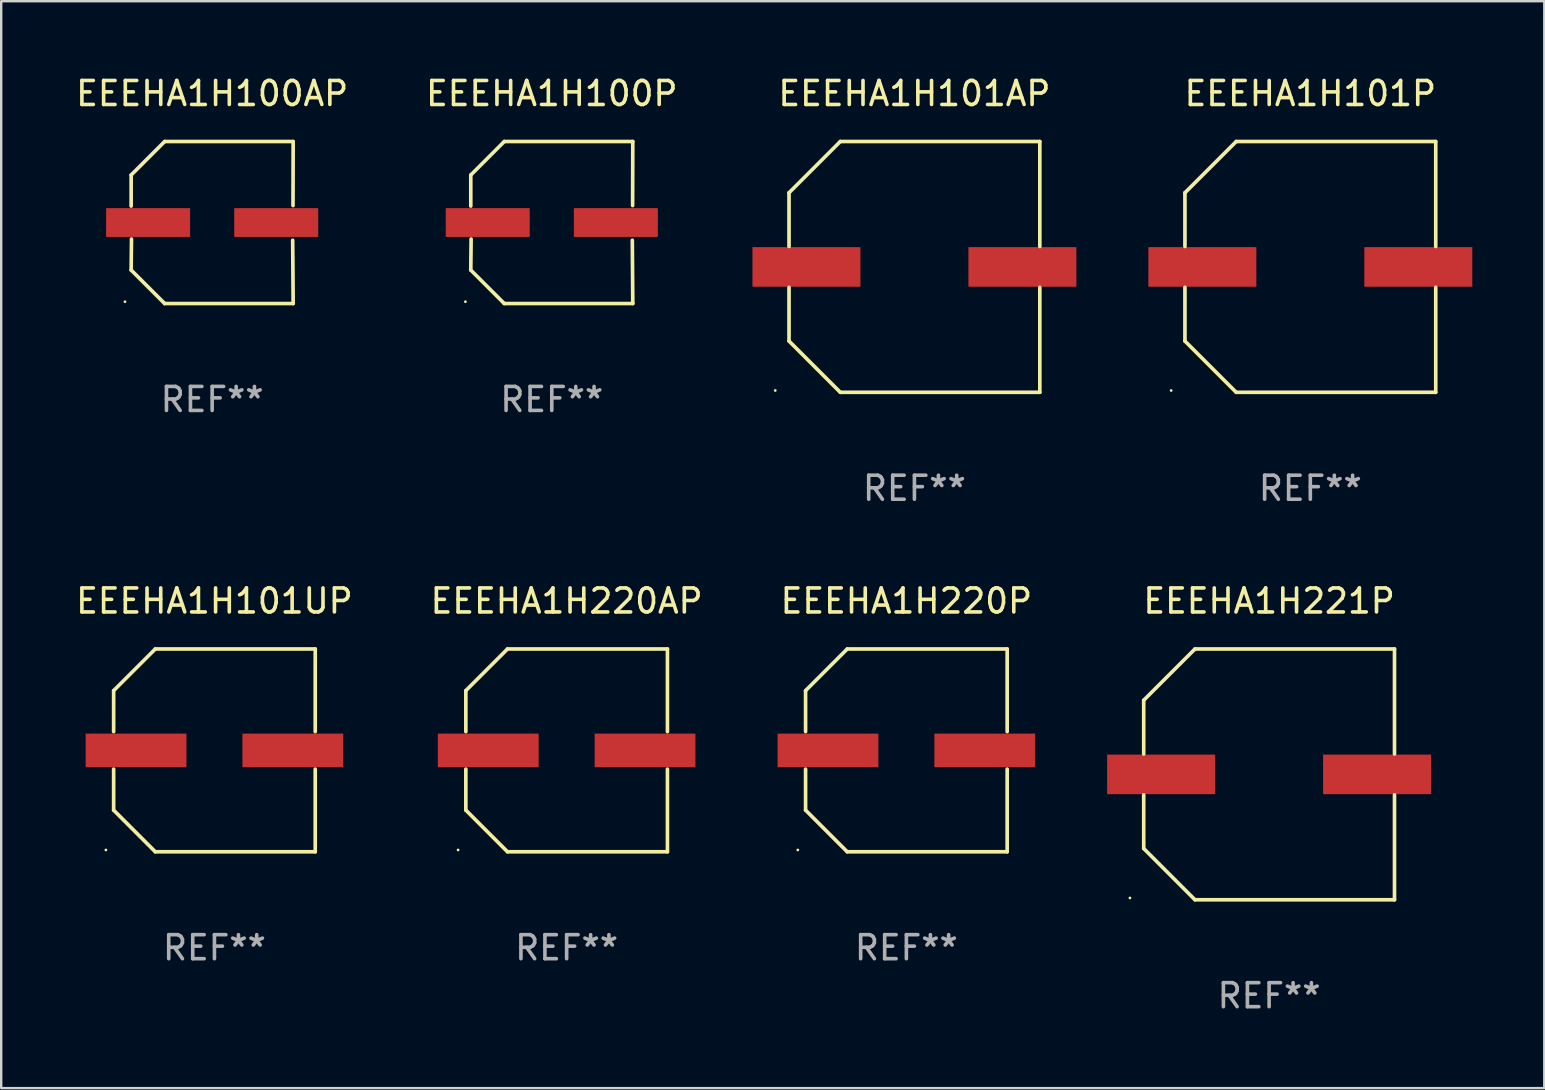
<source format=kicad_pcb>
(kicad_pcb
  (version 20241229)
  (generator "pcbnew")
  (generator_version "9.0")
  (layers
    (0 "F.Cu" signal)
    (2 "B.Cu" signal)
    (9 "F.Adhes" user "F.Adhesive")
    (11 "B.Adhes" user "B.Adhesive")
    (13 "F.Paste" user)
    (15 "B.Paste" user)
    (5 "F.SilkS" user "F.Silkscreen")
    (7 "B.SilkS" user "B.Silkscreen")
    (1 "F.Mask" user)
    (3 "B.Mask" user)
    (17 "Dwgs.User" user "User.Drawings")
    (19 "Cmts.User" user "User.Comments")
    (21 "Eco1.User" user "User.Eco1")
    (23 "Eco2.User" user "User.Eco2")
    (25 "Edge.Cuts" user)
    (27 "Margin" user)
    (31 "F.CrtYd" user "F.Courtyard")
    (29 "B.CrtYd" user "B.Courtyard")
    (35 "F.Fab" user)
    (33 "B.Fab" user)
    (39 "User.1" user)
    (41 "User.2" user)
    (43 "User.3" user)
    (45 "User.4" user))
  (footprint "EEEHA1H101UP"
    (layer "F.Cu")
    (at 5.887 28.223)
    (property "Reference" "EEEHA1H101UP" (at 0 -6.226 0) (layer "F.SilkS") (effects (font (size 1 1) (thickness 0.15))))
    (attr through_hole)
    (fp_line (start -4.201 -2.49) (end -4.201 -0.782) (stroke (width 0.152) (type solid)) (layer "F.SilkS"))
    (fp_line (start -4.201 2.49) (end -4.201 0.782) (stroke (width 0.152) (type solid)) (layer "F.SilkS"))
    (fp_line (start -2.465 -4.226) (end -4.201 -2.49) (stroke (width 0.152) (type solid)) (layer "F.SilkS"))
    (fp_line (start -2.465 4.226) (end -4.201 2.49) (stroke (width 0.152) (type solid)) (layer "F.SilkS"))
    (fp_line (start 4.201 -4.226) (end -2.465 -4.226) (stroke (width 0.152) (type solid)) (layer "F.SilkS"))
    (fp_line (start 4.201 -0.782) (end 4.201 -4.226) (stroke (width 0.152) (type solid)) (layer "F.SilkS"))
    (fp_line (start 4.201 0.782) (end 4.201 4.226) (stroke (width 0.152) (type solid)) (layer "F.SilkS"))
    (fp_line (start 4.201 4.226) (end -2.465 4.226) (stroke (width 0.152) (type solid)) (layer "F.SilkS"))
    (fp_circle (center -4.524 4.15) (end -4.494 4.15) (stroke (width 0.06) (type solid)) (fill no) (layer "F.SilkS"))
    (fp_text user "REF**" (at 0 8.226 0) (layer "F.Fab") (effects (font (size 1 1) (thickness 0.15))))
    (pad "1" smd rect (at -3.267 0) (size 4.2 1.4) (layers "F.Cu" "F.Mask" "F.Paste"))
    (pad "2" smd rect (at 3.267 0) (size 4.2 1.4) (layers "F.Cu" "F.Mask" "F.Paste")))
  (footprint "EEEHA1H221P"
    (layer "F.Cu")
    (at 49.841 29.223)
    (property "Reference" "EEEHA1H221P" (at 0 -7.226 0) (layer "F.SilkS") (effects (font (size 1 1) (thickness 0.15))))
    (attr through_hole)
    (fp_line (start -5.226 -3.09) (end -5.226 -0.852) (stroke (width 0.152) (type solid)) (layer "F.SilkS"))
    (fp_line (start -5.226 3.09) (end -5.226 0.852) (stroke (width 0.152) (type solid)) (layer "F.SilkS"))
    (fp_line (start -3.09 -5.226) (end -5.226 -3.09) (stroke (width 0.152) (type solid)) (layer "F.SilkS"))
    (fp_line (start -3.09 5.226) (end -5.226 3.09) (stroke (width 0.152) (type solid)) (layer "F.SilkS"))
    (fp_line (start 5.226 -5.226) (end -3.09 -5.226) (stroke (width 0.152) (type solid)) (layer "F.SilkS"))
    (fp_line (start 5.226 -0.852) (end 5.226 -5.226) (stroke (width 0.152) (type solid)) (layer "F.SilkS"))
    (fp_line (start 5.226 0.852) (end 5.226 5.226) (stroke (width 0.152) (type solid)) (layer "F.SilkS"))
    (fp_line (start 5.226 5.226) (end -3.09 5.226) (stroke (width 0.152) (type solid)) (layer "F.SilkS"))
    (fp_circle (center -5.8 5.15) (end -5.77 5.15) (stroke (width 0.06) (type solid)) (fill no) (layer "F.SilkS"))
    (fp_text user "REF**" (at 0 9.226 0) (layer "F.Fab") (effects (font (size 1 1) (thickness 0.15))))
    (pad "1" smd rect (at -4.5 0) (size 4.5 1.65) (layers "F.Cu" "F.Mask" "F.Paste"))
    (pad "2" smd rect (at 4.5 0) (size 4.5 1.65) (layers "F.Cu" "F.Mask" "F.Paste")))
  (footprint "EEEHA1H101P"
    (layer "F.Cu")
    (at 51.559 8.074)
    (property "Reference" "EEEHA1H101P" (at 0 -7.226 0) (layer "F.SilkS") (effects (font (size 1 1) (thickness 0.15))))
    (attr through_hole)
    (fp_line (start -5.226 -3.09) (end -5.226 -0.852) (stroke (width 0.152) (type solid)) (layer "F.SilkS"))
    (fp_line (start -5.226 3.09) (end -5.226 0.852) (stroke (width 0.152) (type solid)) (layer "F.SilkS"))
    (fp_line (start -3.09 -5.226) (end -5.226 -3.09) (stroke (width 0.152) (type solid)) (layer "F.SilkS"))
    (fp_line (start -3.09 5.226) (end -5.226 3.09) (stroke (width 0.152) (type solid)) (layer "F.SilkS"))
    (fp_line (start 5.226 -5.226) (end -3.09 -5.226) (stroke (width 0.152) (type solid)) (layer "F.SilkS"))
    (fp_line (start 5.226 -0.852) (end 5.226 -5.226) (stroke (width 0.152) (type solid)) (layer "F.SilkS"))
    (fp_line (start 5.226 0.852) (end 5.226 5.226) (stroke (width 0.152) (type solid)) (layer "F.SilkS"))
    (fp_line (start 5.226 5.226) (end -3.09 5.226) (stroke (width 0.152) (type solid)) (layer "F.SilkS"))
    (fp_circle (center -5.8 5.15) (end -5.77 5.15) (stroke (width 0.06) (type solid)) (fill no) (layer "F.SilkS"))
    (fp_text user "REF**" (at 0 9.226 0) (layer "F.Fab") (effects (font (size 1 1) (thickness 0.15))))
    (pad "1" smd rect (at -4.5 0) (size 4.5 1.65) (layers "F.Cu" "F.Mask" "F.Paste"))
    (pad "2" smd rect (at 4.5 0) (size 4.5 1.65) (layers "F.Cu" "F.Mask" "F.Paste")))
  (footprint "EEEHA1H100P"
    (layer "F.Cu")
    (at 19.946 6.224)
    (property "Reference" "EEEHA1H100P" (at 0 -5.376 0) (layer "F.SilkS") (effects (font (size 1 1) (thickness 0.15))))
    (attr through_hole)
    (fp_line (start -3.376 -1.98) (end -3.376 -0.686) (stroke (width 0.152) (type solid)) (layer "F.SilkS"))
    (fp_line (start -3.376 1.981) (end -3.362 0.686) (stroke (width 0.152) (type solid)) (layer "F.SilkS"))
    (fp_line (start -1.981 3.376) (end -3.376 1.981) (stroke (width 0.152) (type solid)) (layer "F.SilkS"))
    (fp_line (start -1.98 -3.376) (end -3.376 -1.98) (stroke (width 0.152) (type solid)) (layer "F.SilkS"))
    (fp_line (start 3.356 0.74) (end 3.376 3.376) (stroke (width 0.152) (type solid)) (layer "F.SilkS"))
    (fp_line (start 3.369 -0.707) (end 3.376 -3.376) (stroke (width 0.152) (type solid)) (layer "F.SilkS"))
    (fp_line (start 3.376 3.376) (end -1.981 3.376) (stroke (width 0.152) (type solid)) (layer "F.SilkS"))
    (fp_line (start 3.376 -3.376) (end -1.98 -3.376) (stroke (width 0.152) (type solid)) (layer "F.SilkS"))
    (fp_circle (center -3.6 3.3) (end -3.57 3.3) (stroke (width 0.06) (type solid)) (fill no) (layer "F.SilkS"))
    (fp_text user "REF**" (at 0 7.376 0) (layer "F.Fab") (effects (font (size 1 1) (thickness 0.15))))
    (pad "1" smd rect (at -2.67 0.000381) (size 3.5 1.2) (layers "F.Cu" "F.Mask" "F.Paste"))
    (pad "2" smd rect (at 2.67 0.000381) (size 3.5 1.2) (layers "F.Cu" "F.Mask" "F.Paste")))
  (footprint "EEEHA1H220P"
    (layer "F.Cu")
    (at 34.724 28.223)
    (property "Reference" "EEEHA1H220P" (at 0 -6.226 0) (layer "F.SilkS") (effects (font (size 1 1) (thickness 0.15))))
    (attr through_hole)
    (fp_line (start -4.201 -2.49) (end -4.201 -0.782) (stroke (width 0.152) (type solid)) (layer "F.SilkS"))
    (fp_line (start -4.201 2.49) (end -4.201 0.782) (stroke (width 0.152) (type solid)) (layer "F.SilkS"))
    (fp_line (start -2.465 -4.226) (end -4.201 -2.49) (stroke (width 0.152) (type solid)) (layer "F.SilkS"))
    (fp_line (start -2.465 4.226) (end -4.201 2.49) (stroke (width 0.152) (type solid)) (layer "F.SilkS"))
    (fp_line (start 4.201 -4.226) (end -2.465 -4.226) (stroke (width 0.152) (type solid)) (layer "F.SilkS"))
    (fp_line (start 4.201 -0.782) (end 4.201 -4.226) (stroke (width 0.152) (type solid)) (layer "F.SilkS"))
    (fp_line (start 4.201 0.782) (end 4.201 4.226) (stroke (width 0.152) (type solid)) (layer "F.SilkS"))
    (fp_line (start 4.201 4.226) (end -2.465 4.226) (stroke (width 0.152) (type solid)) (layer "F.SilkS"))
    (fp_circle (center -4.524 4.15) (end -4.494 4.15) (stroke (width 0.06) (type solid)) (fill no) (layer "F.SilkS"))
    (fp_text user "REF**" (at 0 8.226 0) (layer "F.Fab") (effects (font (size 1 1) (thickness 0.15))))
    (pad "1" smd rect (at -3.267 0) (size 4.2 1.4) (layers "F.Cu" "F.Mask" "F.Paste"))
    (pad "2" smd rect (at 3.267 0) (size 4.2 1.4) (layers "F.Cu" "F.Mask" "F.Paste")))
  (footprint "EEEHA1H100AP"
    (layer "F.Cu")
    (at 5.792 6.224)
    (property "Reference" "EEEHA1H100AP" (at 0 -5.376 0) (layer "F.SilkS") (effects (font (size 1 1) (thickness 0.15))))
    (attr through_hole)
    (fp_line (start -3.376 -1.98) (end -3.376 -0.686) (stroke (width 0.152) (type solid)) (layer "F.SilkS"))
    (fp_line (start -3.376 1.981) (end -3.362 0.686) (stroke (width 0.152) (type solid)) (layer "F.SilkS"))
    (fp_line (start -1.981 3.376) (end -3.376 1.981) (stroke (width 0.152) (type solid)) (layer "F.SilkS"))
    (fp_line (start -1.98 -3.376) (end -3.376 -1.98) (stroke (width 0.152) (type solid)) (layer "F.SilkS"))
    (fp_line (start 3.356 0.74) (end 3.376 3.376) (stroke (width 0.152) (type solid)) (layer "F.SilkS"))
    (fp_line (start 3.369 -0.707) (end 3.376 -3.376) (stroke (width 0.152) (type solid)) (layer "F.SilkS"))
    (fp_line (start 3.376 3.376) (end -1.981 3.376) (stroke (width 0.152) (type solid)) (layer "F.SilkS"))
    (fp_line (start 3.376 -3.376) (end -1.98 -3.376) (stroke (width 0.152) (type solid)) (layer "F.SilkS"))
    (fp_circle (center -3.634 3.3) (end -3.604 3.3) (stroke (width 0.06) (type solid)) (fill no) (layer "F.SilkS"))
    (fp_text user "REF**" (at 0 7.376 0) (layer "F.Fab") (effects (font (size 1 1) (thickness 0.15))))
    (pad "1" smd rect (at -2.67 0.000254) (size 3.5 1.2) (layers "F.Cu" "F.Mask" "F.Paste"))
    (pad "2" smd rect (at 2.67 0.000254) (size 3.5 1.2) (layers "F.Cu" "F.Mask" "F.Paste")))
  (footprint "EEEHA1H220AP"
    (layer "F.Cu")
    (at 20.565 28.223)
    (property "Reference" "EEEHA1H220AP" (at 0 -6.226 0) (layer "F.SilkS") (effects (font (size 1 1) (thickness 0.15))))
    (attr through_hole)
    (fp_line (start -4.201 -2.49) (end -4.201 -0.782) (stroke (width 0.152) (type solid)) (layer "F.SilkS"))
    (fp_line (start -4.201 2.49) (end -4.201 0.782) (stroke (width 0.152) (type solid)) (layer "F.SilkS"))
    (fp_line (start -2.465 -4.226) (end -4.201 -2.49) (stroke (width 0.152) (type solid)) (layer "F.SilkS"))
    (fp_line (start -2.465 4.226) (end -4.201 2.49) (stroke (width 0.152) (type solid)) (layer "F.SilkS"))
    (fp_line (start 4.201 -4.226) (end -2.465 -4.226) (stroke (width 0.152) (type solid)) (layer "F.SilkS"))
    (fp_line (start 4.201 -0.782) (end 4.201 -4.226) (stroke (width 0.152) (type solid)) (layer "F.SilkS"))
    (fp_line (start 4.201 0.782) (end 4.201 4.226) (stroke (width 0.152) (type solid)) (layer "F.SilkS"))
    (fp_line (start 4.201 4.226) (end -2.465 4.226) (stroke (width 0.152) (type solid)) (layer "F.SilkS"))
    (fp_circle (center -4.524 4.15) (end -4.494 4.15) (stroke (width 0.06) (type solid)) (fill no) (layer "F.SilkS"))
    (fp_text user "REF**" (at 0 8.226 0) (layer "F.Fab") (effects (font (size 1 1) (thickness 0.15))))
    (pad "1" smd rect (at -3.267 0) (size 4.2 1.4) (layers "F.Cu" "F.Mask" "F.Paste"))
    (pad "2" smd rect (at 3.267 0) (size 4.2 1.4) (layers "F.Cu" "F.Mask" "F.Paste")))
  (footprint "EEEHA1H101AP"
    (layer "F.Cu")
    (at 35.059 8.074)
    (property "Reference" "EEEHA1H101AP" (at 0 -7.226 0) (layer "F.SilkS") (effects (font (size 1 1) (thickness 0.15))))
    (attr through_hole)
    (fp_line (start -5.226 -3.09) (end -5.226 -0.852) (stroke (width 0.152) (type solid)) (layer "F.SilkS"))
    (fp_line (start -5.226 3.09) (end -5.226 0.852) (stroke (width 0.152) (type solid)) (layer "F.SilkS"))
    (fp_line (start -3.09 -5.226) (end -5.226 -3.09) (stroke (width 0.152) (type solid)) (layer "F.SilkS"))
    (fp_line (start -3.09 5.226) (end -5.226 3.09) (stroke (width 0.152) (type solid)) (layer "F.SilkS"))
    (fp_line (start 5.226 -5.226) (end -3.09 -5.226) (stroke (width 0.152) (type solid)) (layer "F.SilkS"))
    (fp_line (start 5.226 -0.852) (end 5.226 -5.226) (stroke (width 0.152) (type solid)) (layer "F.SilkS"))
    (fp_line (start 5.226 0.852) (end 5.226 5.226) (stroke (width 0.152) (type solid)) (layer "F.SilkS"))
    (fp_line (start 5.226 5.226) (end -3.09 5.226) (stroke (width 0.152) (type solid)) (layer "F.SilkS"))
    (fp_circle (center -5.8 5.15) (end -5.77 5.15) (stroke (width 0.06) (type solid)) (fill no) (layer "F.SilkS"))
    (fp_text user "REF**" (at 0 9.226 0) (layer "F.Fab") (effects (font (size 1 1) (thickness 0.15))))
    (pad "1" smd rect (at -4.5 0) (size 4.5 1.65) (layers "F.Cu" "F.Mask" "F.Paste"))
    (pad "2" smd rect (at 4.5 0) (size 4.5 1.65) (layers "F.Cu" "F.Mask" "F.Paste")))
  (gr_rect
    (start -3 -3)
    (end 61.309 42.298)
    (stroke (width 0.1) (type default))
    (fill no)
    (layer "Edge.Cuts")))
</source>
